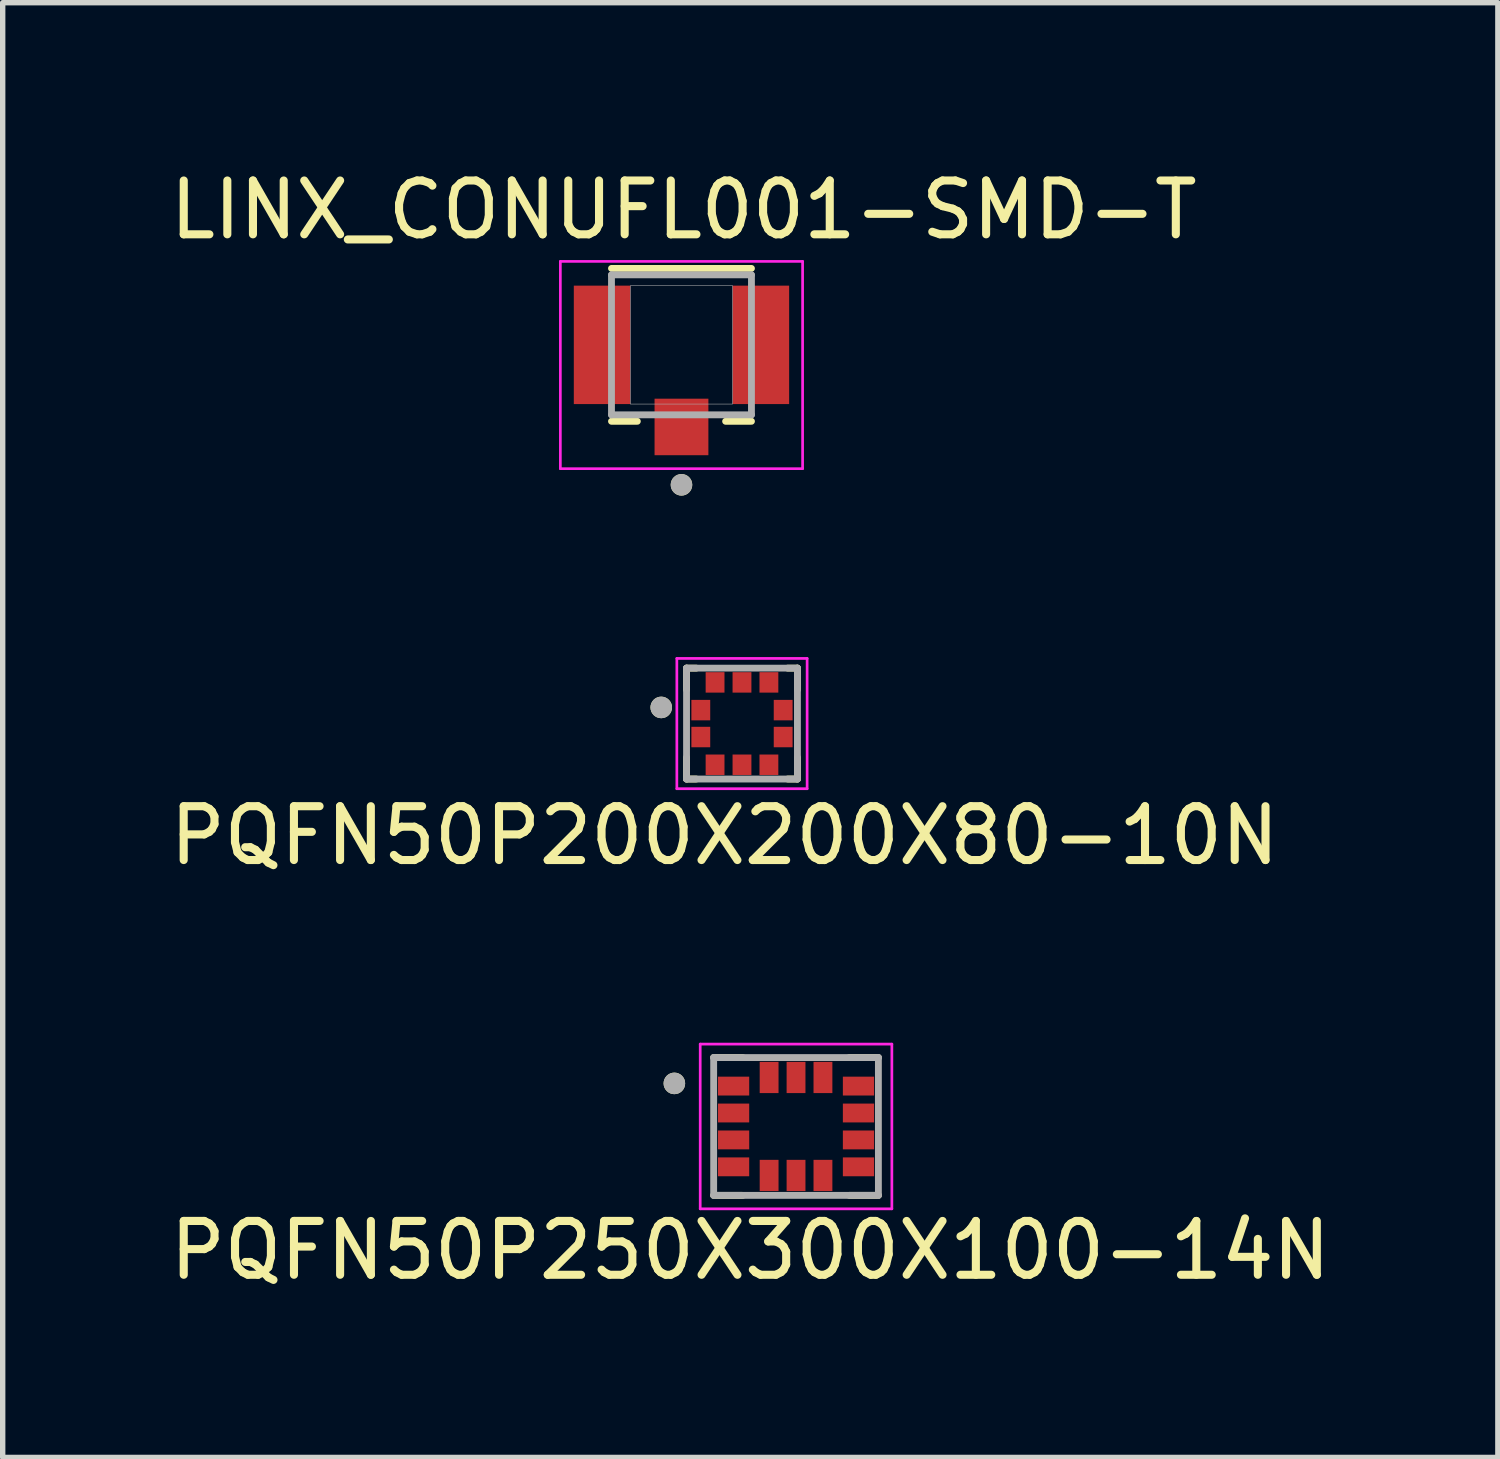
<source format=kicad_pcb>
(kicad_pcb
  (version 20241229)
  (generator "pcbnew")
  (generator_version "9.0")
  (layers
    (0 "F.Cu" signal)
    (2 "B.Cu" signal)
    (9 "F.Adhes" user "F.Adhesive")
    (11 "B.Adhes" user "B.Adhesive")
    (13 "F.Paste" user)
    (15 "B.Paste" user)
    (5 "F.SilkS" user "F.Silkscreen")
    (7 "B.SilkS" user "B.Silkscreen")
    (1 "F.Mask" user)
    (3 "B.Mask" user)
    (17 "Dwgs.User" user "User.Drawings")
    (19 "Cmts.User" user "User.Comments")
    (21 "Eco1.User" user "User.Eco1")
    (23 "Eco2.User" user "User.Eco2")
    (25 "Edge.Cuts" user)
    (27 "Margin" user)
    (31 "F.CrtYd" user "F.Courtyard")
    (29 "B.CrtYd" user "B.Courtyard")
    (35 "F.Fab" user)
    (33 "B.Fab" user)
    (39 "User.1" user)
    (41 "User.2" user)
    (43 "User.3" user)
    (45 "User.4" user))
  (footprint "LINX_CONUFL001-SMD-T"
    (layer "F.Cu")
    (at 9.609 3.356)
    (property "Reference" "LINX_CONUFL001-SMD-T" (at 0.04 -2.508 0) (unlocked yes) (layer "F.SilkS") (effects (font (size 1 1) (thickness 0.15))))
    (attr through_hole)
    (fp_line (start -1.3 -1.42) (end 1.3 -1.42) (stroke (width 0.127) (type solid)) (layer "F.SilkS"))
    (fp_line (start -0.82 1.42) (end -1.3 1.42) (stroke (width 0.127) (type solid)) (layer "F.SilkS"))
    (fp_line (start 0.82 1.42) (end 1.3 1.42) (stroke (width 0.127) (type solid)) (layer "F.SilkS"))
    (fp_circle (center 0 2.6) (end 0.1 2.6) (stroke (width 0.2) (type solid)) (fill no) (layer "F.SilkS"))
    (fp_line (start -2.25 -1.55) (end 2.25 -1.55) (stroke (width 0.05) (type solid)) (layer "F.CrtYd"))
    (fp_line (start -2.25 2.3) (end -2.25 -1.55) (stroke (width 0.05) (type solid)) (layer "F.CrtYd"))
    (fp_line (start 2.25 -1.55) (end 2.25 2.3) (stroke (width 0.05) (type solid)) (layer "F.CrtYd"))
    (fp_line (start 2.25 2.3) (end -2.25 2.3) (stroke (width 0.05) (type solid)) (layer "F.CrtYd"))
    (fp_line (start -1.3 -1.3) (end 1.3 -1.3) (stroke (width 0.127) (type solid)) (layer "F.Fab"))
    (fp_line (start -1.3 1.3) (end -1.3 -1.3) (stroke (width 0.127) (type solid)) (layer "F.Fab"))
    (fp_line (start 1.3 -1.3) (end 1.3 1.3) (stroke (width 0.127) (type solid)) (layer "F.Fab"))
    (fp_line (start 1.3 1.3) (end -1.3 1.3) (stroke (width 0.127) (type solid)) (layer "F.Fab"))
    (fp_circle (center 0 2.6) (end 0.1 2.6) (stroke (width 0.2) (type solid)) (fill no) (layer "F.Fab"))
    (fp_poly (pts (xy -0.95 -1.1) (xy 0.95 -1.1) (xy 0.95 1.1) (xy -0.95 1.1)) (stroke (width 0.01) (type solid)) (fill no) (layer "F.Fab"))
    (pad "1" smd rect (at 0 1.525) (size 1 1.05) (layers "F.Cu" "F.Mask" "F.Paste"))
    (pad "2" smd rect (at -1.475 0) (size 1.05 2.2) (layers "F.Cu" "F.Mask" "F.Paste"))
    (pad "3" smd rect (at 1.475 0) (size 1.05 2.2) (layers "F.Cu" "F.Mask" "F.Paste")))
  (footprint "PQFN50P250X300X100-14N"
    (layer "F.Cu")
    (at 11.737 17.875)
    (property "Reference" "PQFN50P250X300X100-14N" (at -0.85 2.3 0) (unlocked yes) (layer "F.SilkS") (effects (font (size 1 1) (thickness 0.15))))
    (attr through_hole)
    (fp_line (start -1.53 -1.28) (end -0.99 -1.28) (stroke (width 0.127) (type solid)) (layer "F.SilkS"))
    (fp_line (start -1.53 1.28) (end -0.99 1.28) (stroke (width 0.127) (type solid)) (layer "F.SilkS"))
    (fp_line (start 1.53 -1.28) (end 0.99 -1.28) (stroke (width 0.127) (type solid)) (layer "F.SilkS"))
    (fp_line (start 1.53 1.28) (end 0.99 1.28) (stroke (width 0.127) (type solid)) (layer "F.SilkS"))
    (fp_circle (center -2.26 -0.8) (end -2.16 -0.8) (stroke (width 0.2) (type solid)) (fill no) (layer "F.SilkS"))
    (fp_line (start -1.78 -1.53) (end 1.78 -1.53) (stroke (width 0.05) (type solid)) (layer "F.CrtYd"))
    (fp_line (start -1.78 1.53) (end -1.78 -1.53) (stroke (width 0.05) (type solid)) (layer "F.CrtYd"))
    (fp_line (start 1.78 -1.53) (end 1.78 1.53) (stroke (width 0.05) (type solid)) (layer "F.CrtYd"))
    (fp_line (start 1.78 1.53) (end -1.78 1.53) (stroke (width 0.05) (type solid)) (layer "F.CrtYd"))
    (fp_line (start -1.53 -1.28) (end -1.53 1.28) (stroke (width 0.127) (type solid)) (layer "F.Fab"))
    (fp_line (start -1.53 1.28) (end 1.53 1.28) (stroke (width 0.127) (type solid)) (layer "F.Fab"))
    (fp_line (start 1.53 -1.28) (end -1.53 -1.28) (stroke (width 0.127) (type solid)) (layer "F.Fab"))
    (fp_line (start 1.53 1.28) (end 1.53 -1.28) (stroke (width 0.127) (type solid)) (layer "F.Fab"))
    (fp_circle (center -2.26 -0.8) (end -2.16 -0.8) (stroke (width 0.2) (type solid)) (fill no) (layer "F.Fab"))
    (pad "1" smd rect (at -1.16 -0.75) (size 0.58 0.35) (layers "F.Cu" "F.Mask" "F.Paste"))
    (pad "2" smd rect (at -1.16 -0.25) (size 0.58 0.35) (layers "F.Cu" "F.Mask" "F.Paste"))
    (pad "3" smd rect (at -1.16 0.25) (size 0.58 0.35) (layers "F.Cu" "F.Mask" "F.Paste"))
    (pad "4" smd rect (at -1.16 0.75) (size 0.58 0.35) (layers "F.Cu" "F.Mask" "F.Paste"))
    (pad "5" smd rect (at -0.5 0.91) (size 0.35 0.58) (layers "F.Cu" "F.Mask" "F.Paste"))
    (pad "6" smd rect (at 0 0.91) (size 0.35 0.58) (layers "F.Cu" "F.Mask" "F.Paste"))
    (pad "7" smd rect (at 0.5 0.91) (size 0.35 0.58) (layers "F.Cu" "F.Mask" "F.Paste"))
    (pad "8" smd rect (at 1.16 0.75) (size 0.58 0.35) (layers "F.Cu" "F.Mask" "F.Paste"))
    (pad "9" smd rect (at 1.16 0.25) (size 0.58 0.35) (layers "F.Cu" "F.Mask" "F.Paste"))
    (pad "10" smd rect (at 1.16 -0.25) (size 0.58 0.35) (layers "F.Cu" "F.Mask" "F.Paste"))
    (pad "11" smd rect (at 1.16 -0.75) (size 0.58 0.35) (layers "F.Cu" "F.Mask" "F.Paste"))
    (pad "12" smd rect (at 0.5 -0.91) (size 0.35 0.58) (layers "F.Cu" "F.Mask" "F.Paste"))
    (pad "13" smd rect (at 0 -0.91) (size 0.35 0.58) (layers "F.Cu" "F.Mask" "F.Paste"))
    (pad "14" smd rect (at -0.5 -0.91) (size 0.35 0.58) (layers "F.Cu" "F.Mask" "F.Paste")))
  (footprint "PQFN50P200X200X80-10N"
    (layer "F.Cu")
    (at 10.733 10.391)
    (property "Reference" "PQFN50P200X200X80-10N" (at -0.323 2.08 0) (unlocked yes) (layer "F.SilkS") (effects (font (size 1 1) (thickness 0.15))))
    (attr through_hole)
    (fp_line (start -1.03 -1.03) (end -0.85 -1.03) (stroke (width 0.127) (type solid)) (layer "F.SilkS"))
    (fp_line (start -1.03 -0.63) (end -1.03 -1.03) (stroke (width 0.127) (type solid)) (layer "F.SilkS"))
    (fp_line (start -1.03 1.03) (end -1.03 0.63) (stroke (width 0.127) (type solid)) (layer "F.SilkS"))
    (fp_line (start -0.85 1.03) (end -1.03 1.03) (stroke (width 0.127) (type solid)) (layer "F.SilkS"))
    (fp_line (start 0.85 -1.03) (end 1.03 -1.03) (stroke (width 0.127) (type solid)) (layer "F.SilkS"))
    (fp_line (start 0.85 1.03) (end 1.03 1.03) (stroke (width 0.127) (type solid)) (layer "F.SilkS"))
    (fp_line (start 1.03 -1.03) (end 1.03 -0.63) (stroke (width 0.127) (type solid)) (layer "F.SilkS"))
    (fp_line (start 1.03 1.03) (end 1.03 0.63) (stroke (width 0.127) (type solid)) (layer "F.SilkS"))
    (fp_circle (center -1.5 -0.3) (end -1.4 -0.3) (stroke (width 0.2) (type solid)) (fill no) (layer "F.SilkS"))
    (fp_line (start -1.21 -1.21) (end 1.21 -1.21) (stroke (width 0.05) (type solid)) (layer "F.CrtYd"))
    (fp_line (start -1.21 1.21) (end -1.21 -1.21) (stroke (width 0.05) (type solid)) (layer "F.CrtYd"))
    (fp_line (start 1.21 -1.21) (end 1.21 1.21) (stroke (width 0.05) (type solid)) (layer "F.CrtYd"))
    (fp_line (start 1.21 1.21) (end -1.21 1.21) (stroke (width 0.05) (type solid)) (layer "F.CrtYd"))
    (fp_line (start -1.03 -1.03) (end 1.03 -1.03) (stroke (width 0.127) (type solid)) (layer "F.Fab"))
    (fp_line (start -1.03 1.03) (end -1.03 -1.03) (stroke (width 0.127) (type solid)) (layer "F.Fab"))
    (fp_line (start 1.03 -1.03) (end 1.03 1.03) (stroke (width 0.127) (type solid)) (layer "F.Fab"))
    (fp_line (start 1.03 1.03) (end -1.03 1.03) (stroke (width 0.127) (type solid)) (layer "F.Fab"))
    (fp_circle (center -1.5 -0.3) (end -1.4 -0.3) (stroke (width 0.2) (type solid)) (fill no) (layer "F.Fab"))
    (pad "1" smd rect (at -0.765 -0.25) (size 0.35 0.38) (layers "F.Cu" "F.Mask" "F.Paste"))
    (pad "2" smd rect (at -0.765 0.25) (size 0.35 0.38) (layers "F.Cu" "F.Mask" "F.Paste"))
    (pad "3" smd rect (at -0.5 0.765) (size 0.35 0.38) (layers "F.Cu" "F.Mask" "F.Paste"))
    (pad "4" smd rect (at 0 0.765) (size 0.35 0.38) (layers "F.Cu" "F.Mask" "F.Paste"))
    (pad "5" smd rect (at 0.5 0.765) (size 0.35 0.38) (layers "F.Cu" "F.Mask" "F.Paste"))
    (pad "6" smd rect (at 0.765 0.25) (size 0.35 0.38) (layers "F.Cu" "F.Mask" "F.Paste"))
    (pad "7" smd rect (at 0.765 -0.25) (size 0.35 0.38) (layers "F.Cu" "F.Mask" "F.Paste"))
    (pad "8" smd rect (at 0.5 -0.765) (size 0.35 0.38) (layers "F.Cu" "F.Mask" "F.Paste"))
    (pad "9" smd rect (at 0 -0.765) (size 0.35 0.38) (layers "F.Cu" "F.Mask" "F.Paste"))
    (pad "10" smd rect (at -0.5 -0.765) (size 0.35 0.38) (layers "F.Cu" "F.Mask" "F.Paste")))
  (gr_rect
    (start -3 -3)
    (end 24.774 24.023)
    (stroke (width 0.1) (type default))
    (fill no)
    (layer "Edge.Cuts")))
</source>
